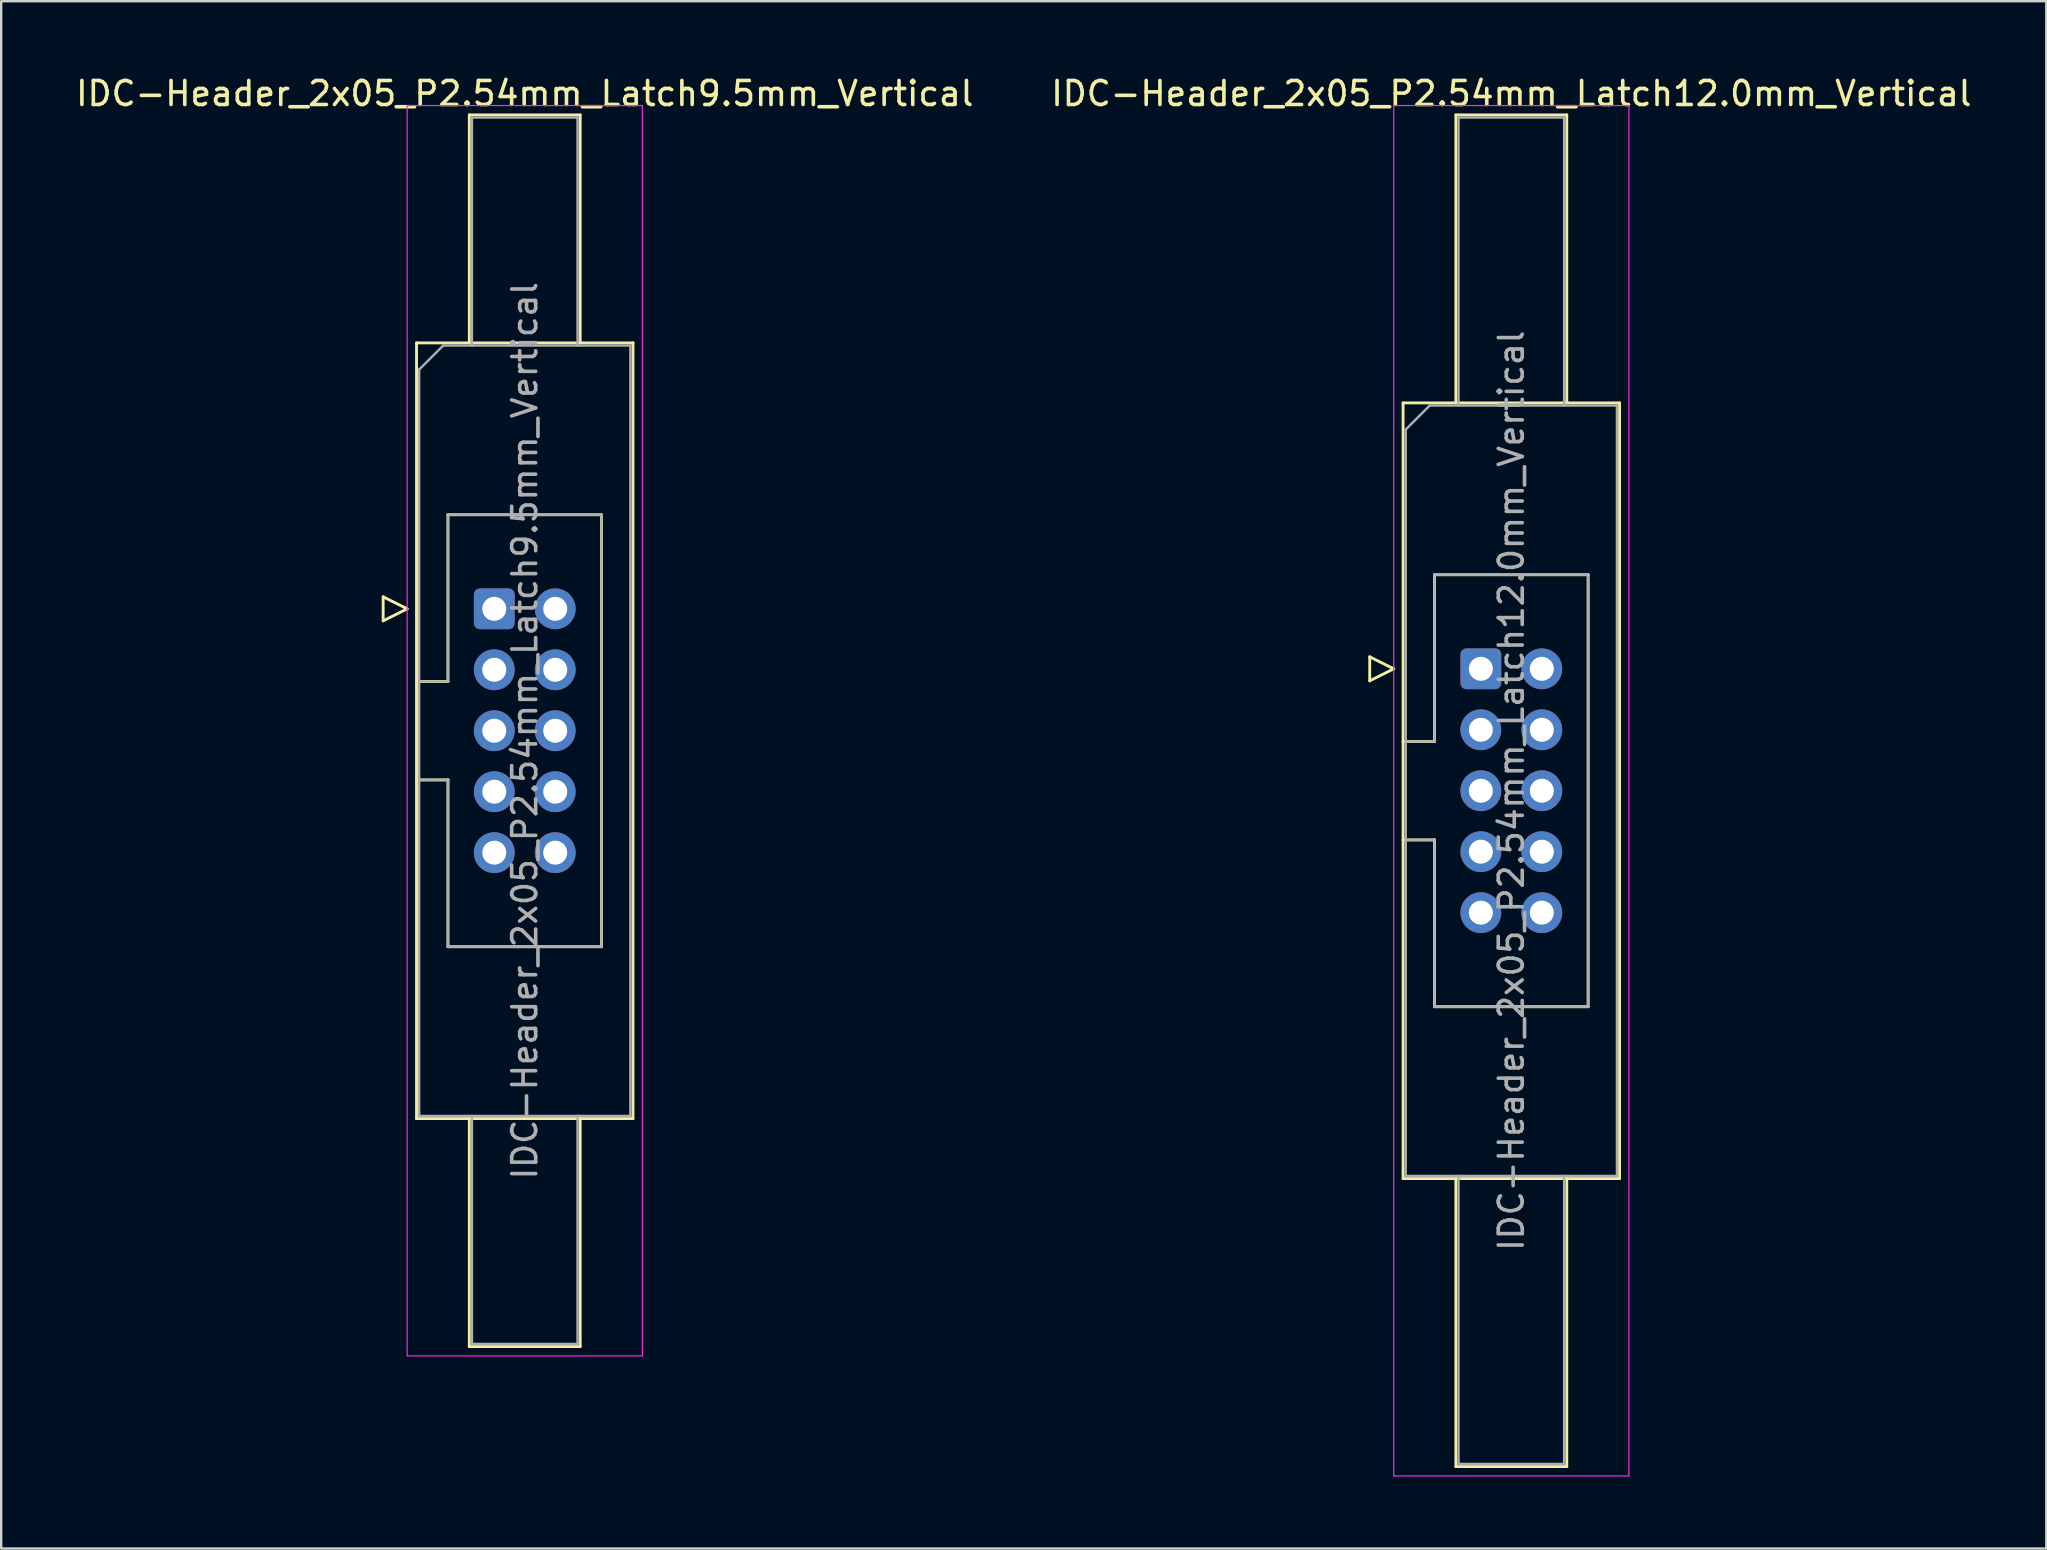
<source format=kicad_pcb>
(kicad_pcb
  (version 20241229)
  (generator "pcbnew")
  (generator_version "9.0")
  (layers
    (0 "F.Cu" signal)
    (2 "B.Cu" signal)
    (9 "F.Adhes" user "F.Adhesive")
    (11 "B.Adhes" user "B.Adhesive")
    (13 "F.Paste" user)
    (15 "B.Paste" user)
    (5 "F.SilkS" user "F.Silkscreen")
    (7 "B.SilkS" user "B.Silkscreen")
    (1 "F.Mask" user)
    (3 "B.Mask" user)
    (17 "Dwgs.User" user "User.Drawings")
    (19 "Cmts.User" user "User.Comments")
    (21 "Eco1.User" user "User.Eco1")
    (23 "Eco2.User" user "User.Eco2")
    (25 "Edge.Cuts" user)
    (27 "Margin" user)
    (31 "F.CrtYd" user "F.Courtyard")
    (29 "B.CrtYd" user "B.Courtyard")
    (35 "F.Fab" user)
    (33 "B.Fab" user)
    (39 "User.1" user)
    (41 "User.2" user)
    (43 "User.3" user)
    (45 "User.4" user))
  (footprint "IDC-Header_2x05_P2.54mm_Latch12.0mm_Vertical"
    (layer "F.Cu")
    (at 58.653 24.818)
    (property "Reference" "IDC-Header_2x05_P2.54mm_Latch12.0mm_Vertical" (at 1.27 -23.97 0) (layer "F.SilkS") (effects (font (size 1 1) (thickness 0.15))))
    (attr through_hole)
    (fp_line (start -4.63 -0.5) (end -4.63 0.5) (stroke (width 0.12) (type solid)) (layer "F.SilkS"))
    (fp_line (start -4.63 0.5) (end -3.63 0) (stroke (width 0.12) (type solid)) (layer "F.SilkS"))
    (fp_line (start -3.63 0) (end -4.63 -0.5) (stroke (width 0.12) (type solid)) (layer "F.SilkS"))
    (fp_line (start -3.24 -11.08) (end 5.78 -11.08) (stroke (width 0.12) (type solid)) (layer "F.SilkS"))
    (fp_line (start -3.24 3.03) (end -1.93 3.03) (stroke (width 0.12) (type solid)) (layer "F.SilkS"))
    (fp_line (start -3.24 21.24) (end -3.24 -11.08) (stroke (width 0.12) (type solid)) (layer "F.SilkS"))
    (fp_line (start -1.93 -3.92) (end 4.47 -3.92) (stroke (width 0.12) (type solid)) (layer "F.SilkS"))
    (fp_line (start -1.93 3.03) (end -1.93 -3.92) (stroke (width 0.12) (type solid)) (layer "F.SilkS"))
    (fp_line (start -1.93 7.13) (end -3.24 7.13) (stroke (width 0.12) (type solid)) (layer "F.SilkS"))
    (fp_line (start -1.93 7.13) (end -1.93 7.13) (stroke (width 0.12) (type solid)) (layer "F.SilkS"))
    (fp_line (start -1.93 14.08) (end -1.93 7.13) (stroke (width 0.12) (type solid)) (layer "F.SilkS"))
    (fp_line (start -1.04 -23.08) (end 3.58 -23.08) (stroke (width 0.12) (type solid)) (layer "F.SilkS"))
    (fp_line (start -1.04 -11.08) (end -1.04 -23.08) (stroke (width 0.12) (type solid)) (layer "F.SilkS"))
    (fp_line (start -1.04 21.24) (end -1.04 33.24) (stroke (width 0.12) (type solid)) (layer "F.SilkS"))
    (fp_line (start -1.04 33.24) (end 3.58 33.24) (stroke (width 0.12) (type solid)) (layer "F.SilkS"))
    (fp_line (start 3.58 -23.08) (end 3.58 -11.08) (stroke (width 0.12) (type solid)) (layer "F.SilkS"))
    (fp_line (start 3.58 33.24) (end 3.58 21.24) (stroke (width 0.12) (type solid)) (layer "F.SilkS"))
    (fp_line (start 4.47 -3.92) (end 4.47 14.08) (stroke (width 0.12) (type solid)) (layer "F.SilkS"))
    (fp_line (start 4.47 14.08) (end -1.93 14.08) (stroke (width 0.12) (type solid)) (layer "F.SilkS"))
    (fp_line (start 5.78 -11.08) (end 5.78 21.24) (stroke (width 0.12) (type solid)) (layer "F.SilkS"))
    (fp_line (start 5.78 21.24) (end -3.24 21.24) (stroke (width 0.12) (type solid)) (layer "F.SilkS"))
    (fp_line (start -3.63 -23.47) (end -3.63 33.63) (stroke (width 0.05) (type solid)) (layer "F.CrtYd"))
    (fp_line (start -3.63 33.63) (end 6.17 33.63) (stroke (width 0.05) (type solid)) (layer "F.CrtYd"))
    (fp_line (start 6.17 -23.47) (end -3.63 -23.47) (stroke (width 0.05) (type solid)) (layer "F.CrtYd"))
    (fp_line (start 6.17 33.63) (end 6.17 -23.47) (stroke (width 0.05) (type solid)) (layer "F.CrtYd"))
    (fp_line (start -3.13 -9.97) (end -2.13 -10.97) (stroke (width 0.1) (type solid)) (layer "F.Fab"))
    (fp_line (start -3.13 3.03) (end -1.93 3.03) (stroke (width 0.1) (type solid)) (layer "F.Fab"))
    (fp_line (start -3.13 21.13) (end -3.13 -9.97) (stroke (width 0.1) (type solid)) (layer "F.Fab"))
    (fp_line (start -2.13 -10.97) (end 5.67 -10.97) (stroke (width 0.1) (type solid)) (layer "F.Fab"))
    (fp_line (start -1.93 -3.92) (end 4.47 -3.92) (stroke (width 0.1) (type solid)) (layer "F.Fab"))
    (fp_line (start -1.93 3.03) (end -1.93 -3.92) (stroke (width 0.1) (type solid)) (layer "F.Fab"))
    (fp_line (start -1.93 7.13) (end -3.13 7.13) (stroke (width 0.1) (type solid)) (layer "F.Fab"))
    (fp_line (start -1.93 7.13) (end -1.93 7.13) (stroke (width 0.1) (type solid)) (layer "F.Fab"))
    (fp_line (start -1.93 14.08) (end -1.93 7.13) (stroke (width 0.1) (type solid)) (layer "F.Fab"))
    (fp_line (start -0.93 -22.97) (end 3.47 -22.97) (stroke (width 0.1) (type solid)) (layer "F.Fab"))
    (fp_line (start -0.93 -10.97) (end -0.93 -22.97) (stroke (width 0.1) (type solid)) (layer "F.Fab"))
    (fp_line (start -0.93 21.13) (end -0.93 33.13) (stroke (width 0.1) (type solid)) (layer "F.Fab"))
    (fp_line (start -0.93 33.13) (end 3.47 33.13) (stroke (width 0.1) (type solid)) (layer "F.Fab"))
    (fp_line (start 3.47 -22.97) (end 3.47 -10.97) (stroke (width 0.1) (type solid)) (layer "F.Fab"))
    (fp_line (start 3.47 33.13) (end 3.47 21.13) (stroke (width 0.1) (type solid)) (layer "F.Fab"))
    (fp_line (start 4.47 -3.92) (end 4.47 14.08) (stroke (width 0.1) (type solid)) (layer "F.Fab"))
    (fp_line (start 4.47 14.08) (end -1.93 14.08) (stroke (width 0.1) (type solid)) (layer "F.Fab"))
    (fp_line (start 5.67 -10.97) (end 5.67 21.13) (stroke (width 0.1) (type solid)) (layer "F.Fab"))
    (fp_line (start 5.67 21.13) (end -3.13 21.13) (stroke (width 0.1) (type solid)) (layer "F.Fab"))
    (fp_text user "${REFERENCE}" (at 1.27 5.08 90) (layer "F.Fab") (effects (font (size 1 1) (thickness 0.15))))
    (pad "1" thru_hole roundrect (at 0 0) (size 1.7 1.7) (drill 1) (layers "*.Cu" "*.Mask") (roundrect_rratio 0.147))
    (pad "2" thru_hole circle (at 2.54 0) (size 1.7 1.7) (drill 1) (layers "*.Cu" "*.Mask"))
    (pad "3" thru_hole circle (at 0 2.54) (size 1.7 1.7) (drill 1) (layers "*.Cu" "*.Mask"))
    (pad "4" thru_hole circle (at 2.54 2.54) (size 1.7 1.7) (drill 1) (layers "*.Cu" "*.Mask"))
    (pad "5" thru_hole circle (at 0 5.08) (size 1.7 1.7) (drill 1) (layers "*.Cu" "*.Mask"))
    (pad "6" thru_hole circle (at 2.54 5.08) (size 1.7 1.7) (drill 1) (layers "*.Cu" "*.Mask"))
    (pad "7" thru_hole circle (at 0 7.62) (size 1.7 1.7) (drill 1) (layers "*.Cu" "*.Mask"))
    (pad "8" thru_hole circle (at 2.54 7.62) (size 1.7 1.7) (drill 1) (layers "*.Cu" "*.Mask"))
    (pad "9" thru_hole circle (at 0 10.16) (size 1.7 1.7) (drill 1) (layers "*.Cu" "*.Mask"))
    (pad "10" thru_hole circle (at 2.54 10.16) (size 1.7 1.7) (drill 1) (layers "*.Cu" "*.Mask")))
  (footprint "IDC-Header_2x05_P2.54mm_Latch9.5mm_Vertical"
    (layer "F.Cu")
    (at 17.545 22.318)
    (property "Reference" "IDC-Header_2x05_P2.54mm_Latch9.5mm_Vertical" (at 1.27 -21.47 0) (layer "F.SilkS") (effects (font (size 1 1) (thickness 0.15))))
    (attr through_hole)
    (fp_line (start -4.63 -0.5) (end -4.63 0.5) (stroke (width 0.12) (type solid)) (layer "F.SilkS"))
    (fp_line (start -4.63 0.5) (end -3.63 0) (stroke (width 0.12) (type solid)) (layer "F.SilkS"))
    (fp_line (start -3.63 0) (end -4.63 -0.5) (stroke (width 0.12) (type solid)) (layer "F.SilkS"))
    (fp_line (start -3.24 -11.08) (end 5.78 -11.08) (stroke (width 0.12) (type solid)) (layer "F.SilkS"))
    (fp_line (start -3.24 3.03) (end -1.93 3.03) (stroke (width 0.12) (type solid)) (layer "F.SilkS"))
    (fp_line (start -3.24 21.24) (end -3.24 -11.08) (stroke (width 0.12) (type solid)) (layer "F.SilkS"))
    (fp_line (start -1.93 -3.92) (end 4.47 -3.92) (stroke (width 0.12) (type solid)) (layer "F.SilkS"))
    (fp_line (start -1.93 3.03) (end -1.93 -3.92) (stroke (width 0.12) (type solid)) (layer "F.SilkS"))
    (fp_line (start -1.93 7.13) (end -3.24 7.13) (stroke (width 0.12) (type solid)) (layer "F.SilkS"))
    (fp_line (start -1.93 7.13) (end -1.93 7.13) (stroke (width 0.12) (type solid)) (layer "F.SilkS"))
    (fp_line (start -1.93 14.08) (end -1.93 7.13) (stroke (width 0.12) (type solid)) (layer "F.SilkS"))
    (fp_line (start -1.04 -20.58) (end 3.58 -20.58) (stroke (width 0.12) (type solid)) (layer "F.SilkS"))
    (fp_line (start -1.04 -11.08) (end -1.04 -20.58) (stroke (width 0.12) (type solid)) (layer "F.SilkS"))
    (fp_line (start -1.04 21.24) (end -1.04 30.74) (stroke (width 0.12) (type solid)) (layer "F.SilkS"))
    (fp_line (start -1.04 30.74) (end 3.58 30.74) (stroke (width 0.12) (type solid)) (layer "F.SilkS"))
    (fp_line (start 3.58 -20.58) (end 3.58 -11.08) (stroke (width 0.12) (type solid)) (layer "F.SilkS"))
    (fp_line (start 3.58 30.74) (end 3.58 21.24) (stroke (width 0.12) (type solid)) (layer "F.SilkS"))
    (fp_line (start 4.47 -3.92) (end 4.47 14.08) (stroke (width 0.12) (type solid)) (layer "F.SilkS"))
    (fp_line (start 4.47 14.08) (end -1.93 14.08) (stroke (width 0.12) (type solid)) (layer "F.SilkS"))
    (fp_line (start 5.78 -11.08) (end 5.78 21.24) (stroke (width 0.12) (type solid)) (layer "F.SilkS"))
    (fp_line (start 5.78 21.24) (end -3.24 21.24) (stroke (width 0.12) (type solid)) (layer "F.SilkS"))
    (fp_line (start -3.63 -20.97) (end -3.63 31.13) (stroke (width 0.05) (type solid)) (layer "F.CrtYd"))
    (fp_line (start -3.63 31.13) (end 6.17 31.13) (stroke (width 0.05) (type solid)) (layer "F.CrtYd"))
    (fp_line (start 6.17 -20.97) (end -3.63 -20.97) (stroke (width 0.05) (type solid)) (layer "F.CrtYd"))
    (fp_line (start 6.17 31.13) (end 6.17 -20.97) (stroke (width 0.05) (type solid)) (layer "F.CrtYd"))
    (fp_line (start -3.13 -9.97) (end -2.13 -10.97) (stroke (width 0.1) (type solid)) (layer "F.Fab"))
    (fp_line (start -3.13 3.03) (end -1.93 3.03) (stroke (width 0.1) (type solid)) (layer "F.Fab"))
    (fp_line (start -3.13 21.13) (end -3.13 -9.97) (stroke (width 0.1) (type solid)) (layer "F.Fab"))
    (fp_line (start -2.13 -10.97) (end 5.67 -10.97) (stroke (width 0.1) (type solid)) (layer "F.Fab"))
    (fp_line (start -1.93 -3.92) (end 4.47 -3.92) (stroke (width 0.1) (type solid)) (layer "F.Fab"))
    (fp_line (start -1.93 3.03) (end -1.93 -3.92) (stroke (width 0.1) (type solid)) (layer "F.Fab"))
    (fp_line (start -1.93 7.13) (end -3.13 7.13) (stroke (width 0.1) (type solid)) (layer "F.Fab"))
    (fp_line (start -1.93 7.13) (end -1.93 7.13) (stroke (width 0.1) (type solid)) (layer "F.Fab"))
    (fp_line (start -1.93 14.08) (end -1.93 7.13) (stroke (width 0.1) (type solid)) (layer "F.Fab"))
    (fp_line (start -0.93 -20.47) (end 3.47 -20.47) (stroke (width 0.1) (type solid)) (layer "F.Fab"))
    (fp_line (start -0.93 -10.97) (end -0.93 -20.47) (stroke (width 0.1) (type solid)) (layer "F.Fab"))
    (fp_line (start -0.93 21.13) (end -0.93 30.63) (stroke (width 0.1) (type solid)) (layer "F.Fab"))
    (fp_line (start -0.93 30.63) (end 3.47 30.63) (stroke (width 0.1) (type solid)) (layer "F.Fab"))
    (fp_line (start 3.47 -20.47) (end 3.47 -10.97) (stroke (width 0.1) (type solid)) (layer "F.Fab"))
    (fp_line (start 3.47 30.63) (end 3.47 21.13) (stroke (width 0.1) (type solid)) (layer "F.Fab"))
    (fp_line (start 4.47 -3.92) (end 4.47 14.08) (stroke (width 0.1) (type solid)) (layer "F.Fab"))
    (fp_line (start 4.47 14.08) (end -1.93 14.08) (stroke (width 0.1) (type solid)) (layer "F.Fab"))
    (fp_line (start 5.67 -10.97) (end 5.67 21.13) (stroke (width 0.1) (type solid)) (layer "F.Fab"))
    (fp_line (start 5.67 21.13) (end -3.13 21.13) (stroke (width 0.1) (type solid)) (layer "F.Fab"))
    (fp_text user "${REFERENCE}" (at 1.27 5.08 90) (layer "F.Fab") (effects (font (size 1 1) (thickness 0.15))))
    (pad "1" thru_hole roundrect (at 0 0) (size 1.7 1.7) (drill 1) (layers "*.Cu" "*.Mask") (roundrect_rratio 0.147))
    (pad "2" thru_hole circle (at 2.54 0) (size 1.7 1.7) (drill 1) (layers "*.Cu" "*.Mask"))
    (pad "3" thru_hole circle (at 0 2.54) (size 1.7 1.7) (drill 1) (layers "*.Cu" "*.Mask"))
    (pad "4" thru_hole circle (at 2.54 2.54) (size 1.7 1.7) (drill 1) (layers "*.Cu" "*.Mask"))
    (pad "5" thru_hole circle (at 0 5.08) (size 1.7 1.7) (drill 1) (layers "*.Cu" "*.Mask"))
    (pad "6" thru_hole circle (at 2.54 5.08) (size 1.7 1.7) (drill 1) (layers "*.Cu" "*.Mask"))
    (pad "7" thru_hole circle (at 0 7.62) (size 1.7 1.7) (drill 1) (layers "*.Cu" "*.Mask"))
    (pad "8" thru_hole circle (at 2.54 7.62) (size 1.7 1.7) (drill 1) (layers "*.Cu" "*.Mask"))
    (pad "9" thru_hole circle (at 0 10.16) (size 1.7 1.7) (drill 1) (layers "*.Cu" "*.Mask"))
    (pad "10" thru_hole circle (at 2.54 10.16) (size 1.7 1.7) (drill 1) (layers "*.Cu" "*.Mask")))
  (gr_rect
    (start -3 -3)
    (end 82.214 61.473)
    (stroke (width 0.1) (type default))
    (fill no)
    (layer "Edge.Cuts")))
</source>
